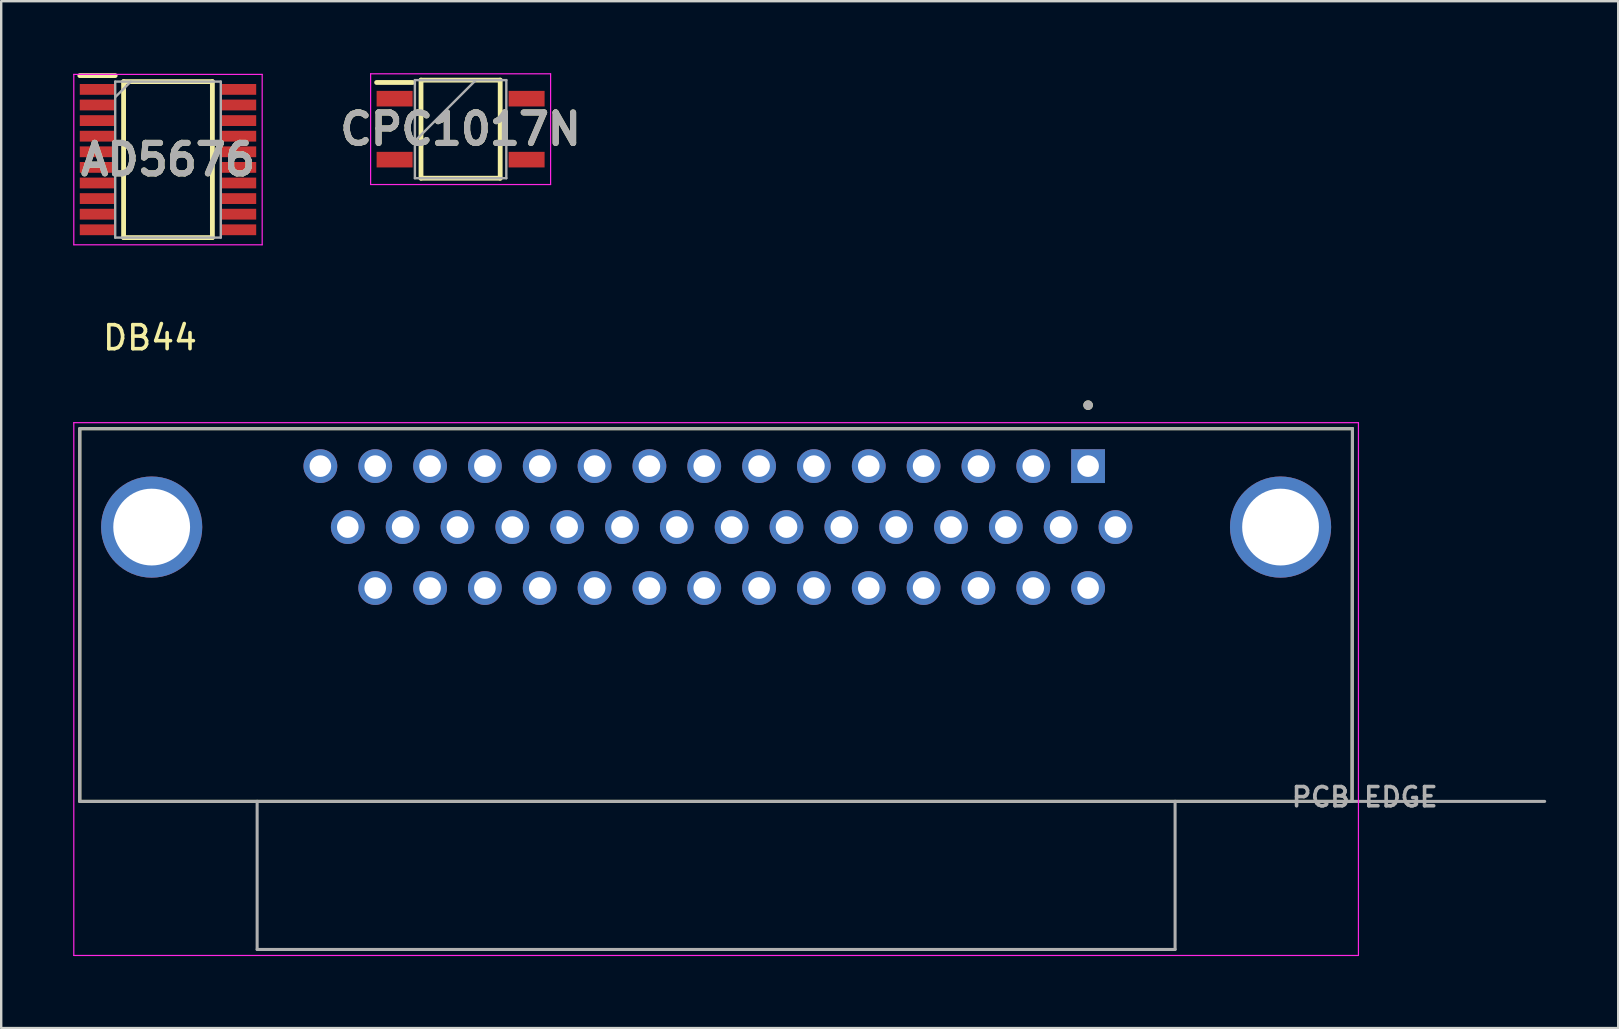
<source format=kicad_pcb>
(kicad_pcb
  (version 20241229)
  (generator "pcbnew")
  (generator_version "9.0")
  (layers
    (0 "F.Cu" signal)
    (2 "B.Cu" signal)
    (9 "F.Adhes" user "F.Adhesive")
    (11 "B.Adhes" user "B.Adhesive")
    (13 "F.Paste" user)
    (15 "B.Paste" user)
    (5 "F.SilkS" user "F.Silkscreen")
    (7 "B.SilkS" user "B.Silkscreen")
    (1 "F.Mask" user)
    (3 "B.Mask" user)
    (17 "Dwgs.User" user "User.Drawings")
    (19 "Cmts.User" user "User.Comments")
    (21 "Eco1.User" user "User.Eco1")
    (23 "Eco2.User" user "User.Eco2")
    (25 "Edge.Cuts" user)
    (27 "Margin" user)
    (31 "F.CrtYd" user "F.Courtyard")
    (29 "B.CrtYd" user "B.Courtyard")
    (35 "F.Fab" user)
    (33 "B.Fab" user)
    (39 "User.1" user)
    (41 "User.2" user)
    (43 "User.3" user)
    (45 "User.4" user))
  (footprint "CPC1017N"
    (layer "F.Cu")
    (at 16.143 2.332)
    (property "Reference" "CPC1017N" (at 0 0 0) (layer "F.SilkS") (effects (font (size 1.27 1.27) (thickness 0.254))))
    (attr smd)
    (fp_line (start -3.5 -1.945) (end -2 -1.945) (stroke (width 0.2) (type solid)) (layer "F.SilkS"))
    (fp_line (start -1.65 -2.044) (end 1.65 -2.044) (stroke (width 0.2) (type solid)) (layer "F.SilkS"))
    (fp_line (start -1.65 2.044) (end -1.65 -2.044) (stroke (width 0.2) (type solid)) (layer "F.SilkS"))
    (fp_line (start 1.65 -2.044) (end 1.65 2.044) (stroke (width 0.2) (type solid)) (layer "F.SilkS"))
    (fp_line (start 1.65 2.044) (end -1.65 2.044) (stroke (width 0.2) (type solid)) (layer "F.SilkS"))
    (fp_line (start -3.75 -2.307) (end 3.75 -2.307) (stroke (width 0.05) (type solid)) (layer "F.CrtYd"))
    (fp_line (start -3.75 2.307) (end -3.75 -2.307) (stroke (width 0.05) (type solid)) (layer "F.CrtYd"))
    (fp_line (start 3.75 -2.307) (end 3.75 2.307) (stroke (width 0.05) (type solid)) (layer "F.CrtYd"))
    (fp_line (start 3.75 2.307) (end -3.75 2.307) (stroke (width 0.05) (type solid)) (layer "F.CrtYd"))
    (fp_line (start -1.905 -2.044) (end 1.905 -2.044) (stroke (width 0.1) (type solid)) (layer "F.Fab"))
    (fp_line (start -1.905 0.496) (end 0.635 -2.044) (stroke (width 0.1) (type solid)) (layer "F.Fab"))
    (fp_line (start -1.905 2.044) (end -1.905 -2.044) (stroke (width 0.1) (type solid)) (layer "F.Fab"))
    (fp_line (start 1.905 -2.044) (end 1.905 2.044) (stroke (width 0.1) (type solid)) (layer "F.Fab"))
    (fp_line (start 1.905 2.044) (end -1.905 2.044) (stroke (width 0.1) (type solid)) (layer "F.Fab"))
    (fp_text user "${REFERENCE}" (at 0 0 0) (layer "F.Fab") (effects (font (size 1.27 1.27) (thickness 0.254))))
    (pad "1" smd rect (at -2.75 -1.27 90) (size 0.65 1.5) (layers "F.Cu" "F.Mask" "F.Paste"))
    (pad "2" smd rect (at -2.75 1.27 90) (size 0.65 1.5) (layers "F.Cu" "F.Mask" "F.Paste"))
    (pad "3" smd rect (at 2.75 1.27 90) (size 0.65 1.5) (layers "F.Cu" "F.Mask" "F.Paste"))
    (pad "4" smd rect (at 2.75 -1.27 90) (size 0.65 1.5) (layers "F.Cu" "F.Mask" "F.Paste")))
  (footprint "AD5676"
    (layer "F.Cu")
    (at 3.95 3.6)
    (property "Reference" "AD5676" (at 0 0 0) (layer "F.SilkS") (effects (font (size 1.27 1.27) (thickness 0.254))))
    (attr smd)
    (fp_line (start -3.675 -3.5) (end -2.2 -3.5) (stroke (width 0.2) (type solid)) (layer "F.SilkS"))
    (fp_line (start -1.85 -3.25) (end 1.85 -3.25) (stroke (width 0.2) (type solid)) (layer "F.SilkS"))
    (fp_line (start -1.85 3.25) (end -1.85 -3.25) (stroke (width 0.2) (type solid)) (layer "F.SilkS"))
    (fp_line (start 1.85 -3.25) (end 1.85 3.25) (stroke (width 0.2) (type solid)) (layer "F.SilkS"))
    (fp_line (start 1.85 3.25) (end -1.85 3.25) (stroke (width 0.2) (type solid)) (layer "F.SilkS"))
    (fp_line (start -3.925 -3.55) (end 3.925 -3.55) (stroke (width 0.05) (type solid)) (layer "F.CrtYd"))
    (fp_line (start -3.925 3.55) (end -3.925 -3.55) (stroke (width 0.05) (type solid)) (layer "F.CrtYd"))
    (fp_line (start 3.925 -3.55) (end 3.925 3.55) (stroke (width 0.05) (type solid)) (layer "F.CrtYd"))
    (fp_line (start 3.925 3.55) (end -3.925 3.55) (stroke (width 0.05) (type solid)) (layer "F.CrtYd"))
    (fp_line (start -2.2 -3.25) (end 2.2 -3.25) (stroke (width 0.1) (type solid)) (layer "F.Fab"))
    (fp_line (start -2.2 -2.6) (end -1.55 -3.25) (stroke (width 0.1) (type solid)) (layer "F.Fab"))
    (fp_line (start -2.2 3.25) (end -2.2 -3.25) (stroke (width 0.1) (type solid)) (layer "F.Fab"))
    (fp_line (start 2.2 -3.25) (end 2.2 3.25) (stroke (width 0.1) (type solid)) (layer "F.Fab"))
    (fp_line (start 2.2 3.25) (end -2.2 3.25) (stroke (width 0.1) (type solid)) (layer "F.Fab"))
    (fp_text user "${REFERENCE}" (at 0 0 0) (layer "F.Fab") (effects (font (size 1.27 1.27) (thickness 0.254))))
    (pad "1" smd rect (at -2.938 -2.925 90) (size 0.45 1.475) (layers "F.Cu" "F.Mask" "F.Paste"))
    (pad "2" smd rect (at -2.938 -2.275 90) (size 0.45 1.475) (layers "F.Cu" "F.Mask" "F.Paste"))
    (pad "3" smd rect (at -2.938 -1.625 90) (size 0.45 1.475) (layers "F.Cu" "F.Mask" "F.Paste"))
    (pad "4" smd rect (at -2.938 -0.975 90) (size 0.45 1.475) (layers "F.Cu" "F.Mask" "F.Paste"))
    (pad "5" smd rect (at -2.938 -0.325 90) (size 0.45 1.475) (layers "F.Cu" "F.Mask" "F.Paste"))
    (pad "6" smd rect (at -2.938 0.325 90) (size 0.45 1.475) (layers "F.Cu" "F.Mask" "F.Paste"))
    (pad "7" smd rect (at -2.938 0.975 90) (size 0.45 1.475) (layers "F.Cu" "F.Mask" "F.Paste"))
    (pad "8" smd rect (at -2.938 1.625 90) (size 0.45 1.475) (layers "F.Cu" "F.Mask" "F.Paste"))
    (pad "9" smd rect (at -2.938 2.275 90) (size 0.45 1.475) (layers "F.Cu" "F.Mask" "F.Paste"))
    (pad "10" smd rect (at -2.938 2.925 90) (size 0.45 1.475) (layers "F.Cu" "F.Mask" "F.Paste"))
    (pad "11" smd rect (at 2.938 2.925 90) (size 0.45 1.475) (layers "F.Cu" "F.Mask" "F.Paste"))
    (pad "12" smd rect (at 2.938 2.275 90) (size 0.45 1.475) (layers "F.Cu" "F.Mask" "F.Paste"))
    (pad "13" smd rect (at 2.938 1.625 90) (size 0.45 1.475) (layers "F.Cu" "F.Mask" "F.Paste"))
    (pad "14" smd rect (at 2.938 0.975 90) (size 0.45 1.475) (layers "F.Cu" "F.Mask" "F.Paste"))
    (pad "15" smd rect (at 2.938 0.325 90) (size 0.45 1.475) (layers "F.Cu" "F.Mask" "F.Paste"))
    (pad "16" smd rect (at 2.938 -0.325 90) (size 0.45 1.475) (layers "F.Cu" "F.Mask" "F.Paste"))
    (pad "17" smd rect (at 2.938 -0.975 90) (size 0.45 1.475) (layers "F.Cu" "F.Mask" "F.Paste"))
    (pad "18" smd rect (at 2.938 -1.625 90) (size 0.45 1.475) (layers "F.Cu" "F.Mask" "F.Paste"))
    (pad "19" smd rect (at 2.938 -2.275 90) (size 0.45 1.475) (layers "F.Cu" "F.Mask" "F.Paste"))
    (pad "20" smd rect (at 2.938 -2.925 90) (size 0.45 1.475) (layers "F.Cu" "F.Mask" "F.Paste")))
  (footprint "DB44"
    (layer "F.Cu")
    (at 26.79 18.913)
    (property "Reference" "DB44" (at -23.59 -7.89 0) (layer "F.SilkS") (effects (font (size 1 1) (thickness 0.15))))
    (attr through_hole)
    (fp_line (start -26.515 -4.1) (end 26.515 -4.1) (stroke (width 0.127) (type solid)) (layer "F.SilkS"))
    (fp_line (start -26.515 11.43) (end -26.515 -4.1) (stroke (width 0.127) (type solid)) (layer "F.SilkS"))
    (fp_line (start 26.5 11.43) (end -26.515 11.43) (stroke (width 0.127) (type solid)) (layer "F.SilkS"))
    (fp_line (start 26.515 -4.1) (end 26.5 11.43) (stroke (width 0.127) (type solid)) (layer "F.SilkS"))
    (fp_circle (center 15.5 -5.08) (end 15.6 -5.08) (stroke (width 0.2) (type solid)) (fill no) (layer "F.SilkS"))
    (fp_line (start -26.765 -4.35) (end -26.765 17.85) (stroke (width 0.05) (type solid)) (layer "F.CrtYd"))
    (fp_line (start -26.765 17.85) (end 26.765 17.85) (stroke (width 0.05) (type solid)) (layer "F.CrtYd"))
    (fp_line (start 26.765 -4.35) (end -26.765 -4.35) (stroke (width 0.05) (type solid)) (layer "F.CrtYd"))
    (fp_line (start 26.765 17.85) (end 26.765 -4.35) (stroke (width 0.05) (type solid)) (layer "F.CrtYd"))
    (fp_line (start -26.515 -4.1) (end 26.515 -4.1) (stroke (width 0.127) (type solid)) (layer "F.Fab"))
    (fp_line (start -26.515 11.43) (end -26.515 -4.1) (stroke (width 0.127) (type solid)) (layer "F.Fab"))
    (fp_line (start -19.125 11.43) (end -26.515 11.43) (stroke (width 0.127) (type solid)) (layer "F.Fab"))
    (fp_line (start -19.125 17.6) (end -19.125 11.43) (stroke (width 0.127) (type solid)) (layer "F.Fab"))
    (fp_line (start 19.125 11.43) (end -19.125 11.43) (stroke (width 0.127) (type solid)) (layer "F.Fab"))
    (fp_line (start 19.125 11.43) (end 19.125 17.6) (stroke (width 0.127) (type solid)) (layer "F.Fab"))
    (fp_line (start 19.125 17.6) (end -19.125 17.6) (stroke (width 0.127) (type solid)) (layer "F.Fab"))
    (fp_line (start 26.5 11.43) (end 19.125 11.43) (stroke (width 0.127) (type solid)) (layer "F.Fab"))
    (fp_line (start 26.515 -4.1) (end 26.5 11.43) (stroke (width 0.127) (type solid)) (layer "F.Fab"))
    (fp_line (start 34.525 11.43) (end 26.5 11.43) (stroke (width 0.127) (type solid)) (layer "F.Fab"))
    (fp_circle (center 15.5 -5.08) (end 15.6 -5.08) (stroke (width 0.2) (type solid)) (fill no) (layer "F.Fab"))
    (fp_text user "PCB EDGE" (at 27.025 11.25 0) (layer "F.Fab") (effects (font (size 0.8 0.8) (thickness 0.15))))
    (pad "1" thru_hole rect (at 15.5 -2.54) (size 1.408 1.408) (drill 0.9) (layers "*.Cu" "*.Mask"))
    (pad "2" thru_hole circle (at 13.215 -2.54) (size 1.408 1.408) (drill 0.9) (layers "*.Cu" "*.Mask"))
    (pad "3" thru_hole circle (at 10.93 -2.54) (size 1.408 1.408) (drill 0.9) (layers "*.Cu" "*.Mask"))
    (pad "4" thru_hole circle (at 8.645 -2.54) (size 1.408 1.408) (drill 0.9) (layers "*.Cu" "*.Mask"))
    (pad "5" thru_hole circle (at 6.36 -2.54) (size 1.408 1.408) (drill 0.9) (layers "*.Cu" "*.Mask"))
    (pad "6" thru_hole circle (at 4.075 -2.54) (size 1.408 1.408) (drill 0.9) (layers "*.Cu" "*.Mask"))
    (pad "7" thru_hole circle (at 1.79 -2.54) (size 1.408 1.408) (drill 0.9) (layers "*.Cu" "*.Mask"))
    (pad "8" thru_hole circle (at -0.495 -2.54) (size 1.408 1.408) (drill 0.9) (layers "*.Cu" "*.Mask"))
    (pad "9" thru_hole circle (at -2.78 -2.54) (size 1.408 1.408) (drill 0.9) (layers "*.Cu" "*.Mask"))
    (pad "10" thru_hole circle (at -5.065 -2.54) (size 1.408 1.408) (drill 0.9) (layers "*.Cu" "*.Mask"))
    (pad "11" thru_hole circle (at -7.35 -2.54) (size 1.408 1.408) (drill 0.9) (layers "*.Cu" "*.Mask"))
    (pad "12" thru_hole circle (at -9.635 -2.54) (size 1.408 1.408) (drill 0.9) (layers "*.Cu" "*.Mask"))
    (pad "13" thru_hole circle (at -11.92 -2.54) (size 1.408 1.408) (drill 0.9) (layers "*.Cu" "*.Mask"))
    (pad "14" thru_hole circle (at -14.205 -2.54) (size 1.408 1.408) (drill 0.9) (layers "*.Cu" "*.Mask"))
    (pad "15" thru_hole circle (at -16.49 -2.54) (size 1.408 1.408) (drill 0.9) (layers "*.Cu" "*.Mask"))
    (pad "16" thru_hole circle (at 16.642 0) (size 1.408 1.408) (drill 0.9) (layers "*.Cu" "*.Mask"))
    (pad "17" thru_hole circle (at 14.357 0) (size 1.408 1.408) (drill 0.9) (layers "*.Cu" "*.Mask"))
    (pad "18" thru_hole circle (at 12.072 0) (size 1.408 1.408) (drill 0.9) (layers "*.Cu" "*.Mask"))
    (pad "19" thru_hole circle (at 9.787 0) (size 1.408 1.408) (drill 0.9) (layers "*.Cu" "*.Mask"))
    (pad "20" thru_hole circle (at 7.503 0) (size 1.408 1.408) (drill 0.9) (layers "*.Cu" "*.Mask"))
    (pad "21" thru_hole circle (at 5.218 0) (size 1.408 1.408) (drill 0.9) (layers "*.Cu" "*.Mask"))
    (pad "22" thru_hole circle (at 2.933 0) (size 1.408 1.408) (drill 0.9) (layers "*.Cu" "*.Mask"))
    (pad "23" thru_hole circle (at 0.647 0) (size 1.408 1.408) (drill 0.9) (layers "*.Cu" "*.Mask"))
    (pad "24" thru_hole circle (at -1.637 0) (size 1.408 1.408) (drill 0.9) (layers "*.Cu" "*.Mask"))
    (pad "25" thru_hole circle (at -3.922 0) (size 1.408 1.408) (drill 0.9) (layers "*.Cu" "*.Mask"))
    (pad "26" thru_hole circle (at -6.207 0) (size 1.408 1.408) (drill 0.9) (layers "*.Cu" "*.Mask"))
    (pad "27" thru_hole circle (at -8.492 0) (size 1.408 1.408) (drill 0.9) (layers "*.Cu" "*.Mask"))
    (pad "28" thru_hole circle (at -10.777 0) (size 1.408 1.408) (drill 0.9) (layers "*.Cu" "*.Mask"))
    (pad "29" thru_hole circle (at -13.062 0) (size 1.408 1.408) (drill 0.9) (layers "*.Cu" "*.Mask"))
    (pad "30" thru_hole circle (at -15.348 0) (size 1.408 1.408) (drill 0.9) (layers "*.Cu" "*.Mask"))
    (pad "31" thru_hole circle (at 15.5 2.54) (size 1.408 1.408) (drill 0.9) (layers "*.Cu" "*.Mask"))
    (pad "32" thru_hole circle (at 13.215 2.54) (size 1.408 1.408) (drill 0.9) (layers "*.Cu" "*.Mask"))
    (pad "33" thru_hole circle (at 10.93 2.54) (size 1.408 1.408) (drill 0.9) (layers "*.Cu" "*.Mask"))
    (pad "34" thru_hole circle (at 8.645 2.54) (size 1.408 1.408) (drill 0.9) (layers "*.Cu" "*.Mask"))
    (pad "35" thru_hole circle (at 6.36 2.54) (size 1.408 1.408) (drill 0.9) (layers "*.Cu" "*.Mask"))
    (pad "36" thru_hole circle (at 4.075 2.54) (size 1.408 1.408) (drill 0.9) (layers "*.Cu" "*.Mask"))
    (pad "37" thru_hole circle (at 1.79 2.54) (size 1.408 1.408) (drill 0.9) (layers "*.Cu" "*.Mask"))
    (pad "38" thru_hole circle (at -0.495 2.54) (size 1.408 1.408) (drill 0.9) (layers "*.Cu" "*.Mask"))
    (pad "39" thru_hole circle (at -2.78 2.54) (size 1.408 1.408) (drill 0.9) (layers "*.Cu" "*.Mask"))
    (pad "40" thru_hole circle (at -5.065 2.54) (size 1.408 1.408) (drill 0.9) (layers "*.Cu" "*.Mask"))
    (pad "41" thru_hole circle (at -7.35 2.54) (size 1.408 1.408) (drill 0.9) (layers "*.Cu" "*.Mask"))
    (pad "42" thru_hole circle (at -9.635 2.54) (size 1.408 1.408) (drill 0.9) (layers "*.Cu" "*.Mask"))
    (pad "43" thru_hole circle (at -11.92 2.54) (size 1.408 1.408) (drill 0.9) (layers "*.Cu" "*.Mask"))
    (pad "44" thru_hole circle (at -14.205 2.54) (size 1.408 1.408) (drill 0.9) (layers "*.Cu" "*.Mask"))
    (pad "S1" thru_hole circle (at -23.52 0) (size 4.216 4.216) (drill 3.2) (layers "*.Cu" "*.Mask"))
    (pad "S2" thru_hole circle (at 23.52 0) (size 4.216 4.216) (drill 3.2) (layers "*.Cu" "*.Mask")))
  (gr_rect
    (start -3 -3)
    (end 64.379 39.788)
    (stroke (width 0.1) (type default))
    (fill no)
    (layer "Edge.Cuts")))
</source>
